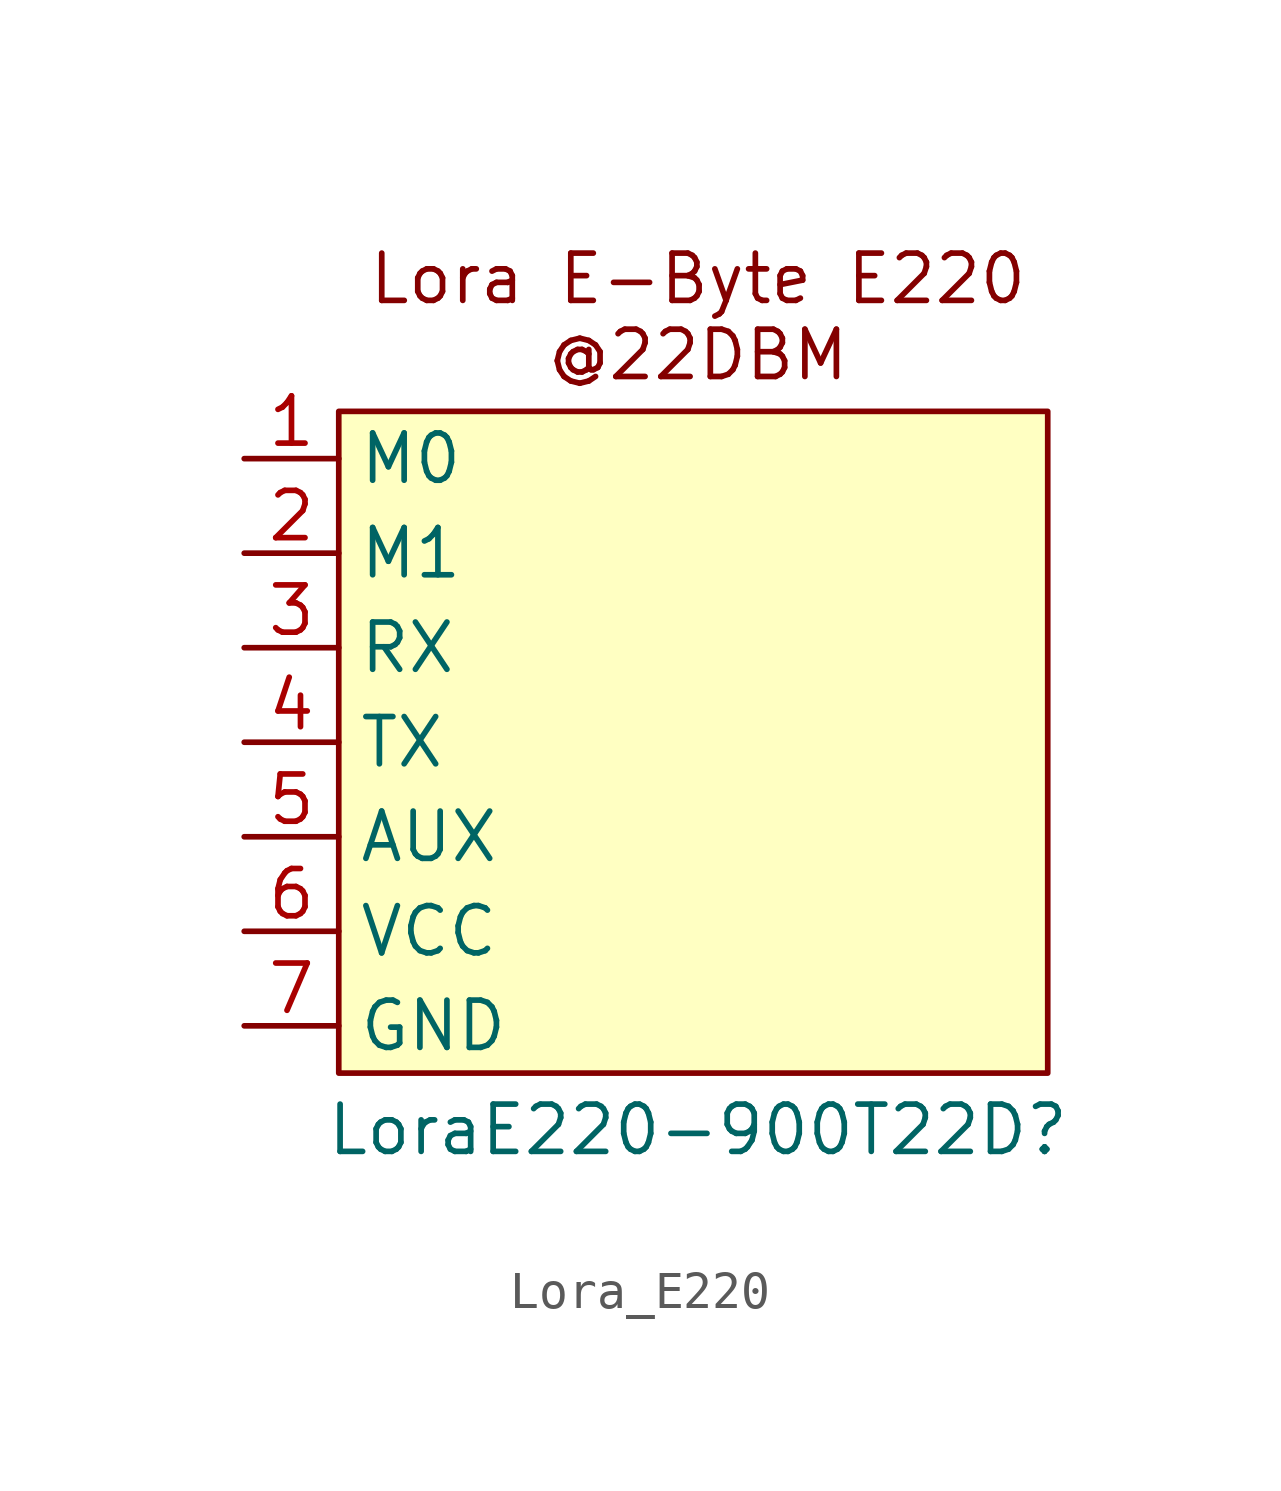
<source format=kicad_sym>
(kicad_symbol_lib
  (version 20231120)
  (generator "kicad_symbol_editor")
  (generator_version "8.0")
  (symbol "Lora_E220"
    (property "Reference" "LoraE220-900T22D"
      (at 0.762 -7.874 0)
      (effects (font (size 1.27 1.27))))
    (property "Value" ""
      (at 0 0 0)
      (effects (font (size 1.27 1.27))))
    (symbol "Lora_E220_1_1"
      (rectangle (start -8.89 11.43) (end 10.16 -6.35) (stroke (width 0) (type default)) (fill (type background)))
      (text "Lora E-Byte E220\n@22DBM" (at 0.762 13.97 0) (effects (font (size 1.27 1.27))))
      (pin input line (at -11.43 10.16 0) (length 2.54) (name "M0" (effects (font (size 1.27 1.27)))) (number "1" (effects (font (size 1.27 1.27)))))
      (pin input line (at -11.43 7.62 0) (length 2.54) (name "M1" (effects (font (size 1.27 1.27)))) (number "2" (effects (font (size 1.27 1.27)))))
      (pin output line (at -11.43 5.08 0) (length 2.54) (name "RX" (effects (font (size 1.27 1.27)))) (number "3" (effects (font (size 1.27 1.27)))))
      (pin input line (at -11.43 2.54 0) (length 2.54) (name "TX" (effects (font (size 1.27 1.27)))) (number "4" (effects (font (size 1.27 1.27)))))
      (pin input line (at -11.43 0 0) (length 2.54) (name "AUX" (effects (font (size 1.27 1.27)))) (number "5" (effects (font (size 1.27 1.27)))))
      (pin power_in line (at -11.43 -2.54 0) (length 2.54) (name "VCC" (effects (font (size 1.27 1.27)))) (number "6" (effects (font (size 1.27 1.27)))))
      (pin power_in line (at -11.43 -5.08 0) (length 2.54) (name "GND" (effects (font (size 1.27 1.27)))) (number "7" (effects (font (size 1.27 1.27))))))))
</source>
